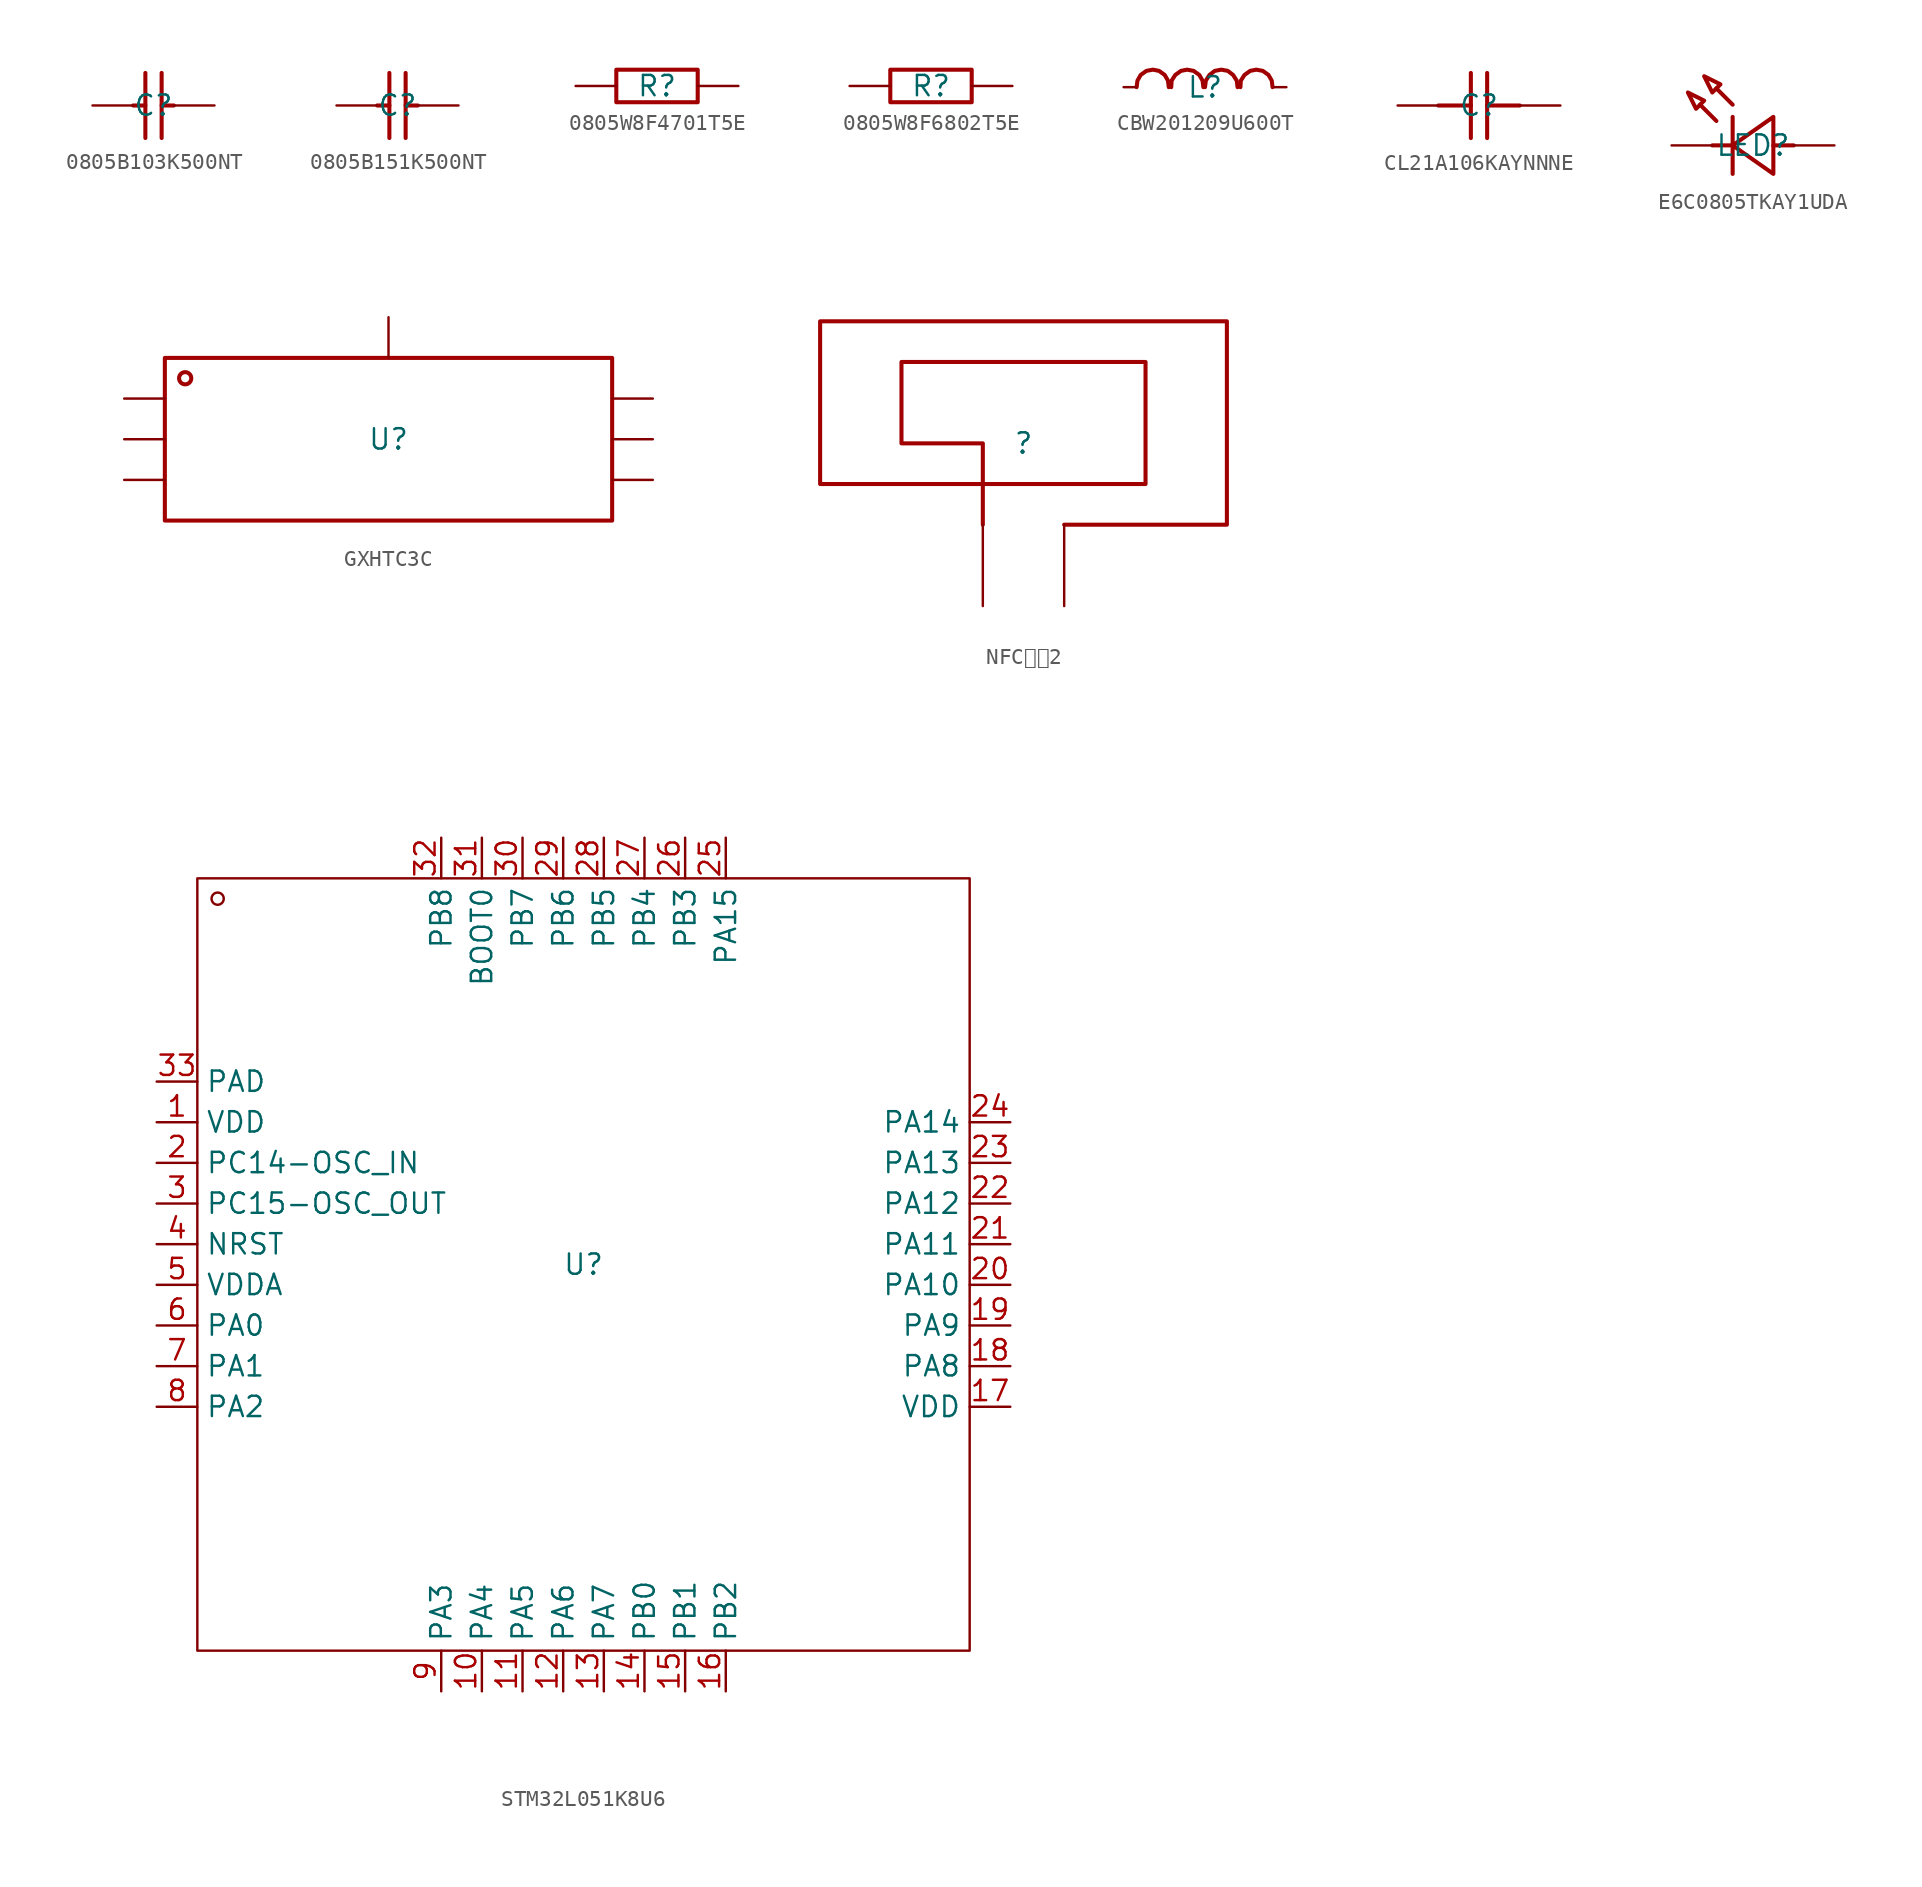
<source format=kicad_sym>
(kicad_symbol_lib
  (version 20241209)
  (generator "kicad_symbol_editor")
  (generator_version "9.0")
  (symbol "0805B103K500NT"
    (property "Reference" "C"
      (at 0 0 0)
      (effects (font (size 1.27 1.27))))
    (symbol "0805B103K500NT_1_0"
      (polyline (pts (xy -1.27 0) (xy -0.508 0)) (stroke (width 0.254) (type solid) (color 160 0 0 1)) (fill (type none)))
      (polyline (pts (xy -0.508 2.032) (xy -0.508 -2.032)) (stroke (width 0.254) (type solid) (color 160 0 0 1)) (fill (type none)))
      (polyline (pts (xy 0.508 2.032) (xy 0.508 -2.032)) (stroke (width 0.254) (type solid) (color 160 0 0 1)) (fill (type none)))
      (polyline (pts (xy 0.508 0) (xy 1.27 0)) (stroke (width 0.254) (type solid) (color 160 0 0 1)) (fill (type none)))
      (pin input line (at -3.81 0 0) (length 2.54) (name "" (effects (font (size 1.27 1.27)))) (number "" (effects (font (size 1.27 1.27)))))
      (pin input line (at 3.81 0 180) (length 2.54) (name "" (effects (font (size 1.27 1.27)))) (number "" (effects (font (size 1.27 1.27)))))))
  (symbol "0805B151K500NT"
    (property "Reference" "C"
      (at 0 0 0)
      (effects (font (size 1.27 1.27))))
    (symbol "0805B151K500NT_1_0"
      (polyline (pts (xy -1.27 0) (xy -0.508 0)) (stroke (width 0.254) (type solid) (color 160 0 0 1)) (fill (type none)))
      (polyline (pts (xy -0.508 2.032) (xy -0.508 -2.032)) (stroke (width 0.254) (type solid) (color 160 0 0 1)) (fill (type none)))
      (polyline (pts (xy 0.508 2.032) (xy 0.508 -2.032)) (stroke (width 0.254) (type solid) (color 160 0 0 1)) (fill (type none)))
      (polyline (pts (xy 0.508 0) (xy 1.27 0)) (stroke (width 0.254) (type solid) (color 160 0 0 1)) (fill (type none)))
      (pin input line (at -3.81 0 0) (length 2.54) (name "" (effects (font (size 1.27 1.27)))) (number "" (effects (font (size 1.27 1.27)))))
      (pin input line (at 3.81 0 180) (length 2.54) (name "" (effects (font (size 1.27 1.27)))) (number "" (effects (font (size 1.27 1.27)))))))
  (symbol "0805W8F4701T5E"
    (property "Reference" "R"
      (at 0 0 0)
      (effects (font (size 1.27 1.27))))
    (symbol "0805W8F4701T5E_1_0"
      (rectangle (start -2.54 1.016) (end 2.54 -1.016) (stroke (width 0.254) (type solid) (color 160 0 0 1)) (fill (type none)))
      (pin input line (at -5.08 0 0) (length 2.54) (name "" (effects (font (size 1.27 1.27)))) (number "" (effects (font (size 1.27 1.27)))))
      (pin input line (at 5.08 0 180) (length 2.54) (name "" (effects (font (size 1.27 1.27)))) (number "" (effects (font (size 1.27 1.27)))))))
  (symbol "0805W8F6802T5E"
    (property "Reference" "R"
      (at 0 0 0)
      (effects (font (size 1.27 1.27))))
    (symbol "0805W8F6802T5E_1_0"
      (rectangle (start -2.54 1.016) (end 2.54 -1.016) (stroke (width 0.254) (type solid) (color 160 0 0 1)) (fill (type none)))
      (pin input line (at -5.08 0 0) (length 2.54) (name "" (effects (font (size 1.27 1.27)))) (number "" (effects (font (size 1.27 1.27)))))
      (pin input line (at 5.08 0 180) (length 2.54) (name "" (effects (font (size 1.27 1.27)))) (number "" (effects (font (size 1.27 1.27)))))))
  (symbol "CBW201209U600T"
    (property "Reference" "L"
      (at 0 0 0)
      (effects (font (size 1.27 1.27))))
    (property "Value" ""
      (at 0 0 0)
      (effects (font (size 1.27 1.27))))
    (symbol "CBW201209U600T_1_0"
      (polyline (pts (xy -4.267 0) (xy -4.216 0.406) (xy -4.216 0.406) (xy -4.216 0.406) (xy -4.216 0.406) (xy -4.013 0.762) (xy -4.013 0.762) (xy -4.013 0.762) (xy -4.013 0.762) (xy -3.658 1.016) (xy -3.658 1.016) (xy -3.658 1.016) (xy -3.658 1.016) (xy -3.251 1.092) (xy -3.251 1.092) (xy -3.251 1.092) (xy -3.251 1.092) (xy -2.87 1.016) (xy -2.87 1.016) (xy -2.87 1.016) (xy -2.87 1.016) (xy -2.515 0.762) (xy -2.515 0.762) (xy -2.515 0.762) (xy -2.515 0.762) (xy -2.311 0.406) (xy -2.311 0.406) (xy -2.311 0.406) (xy -2.311 0.406) (xy -2.261 0)) (stroke (width 0.254) (type solid) (color 160 0 0 1)) (fill (type none)))
      (polyline (pts (xy -2.108 0) (xy -2.083 0.406) (xy -2.083 0.406) (xy -2.083 0.406) (xy -2.083 0.406) (xy -1.854 0.762) (xy -1.854 0.762) (xy -1.854 0.762) (xy -1.854 0.762) (xy -1.499 1.016) (xy -1.499 1.016) (xy -1.499 1.016) (xy -1.499 1.016) (xy -1.118 1.092) (xy -1.118 1.092) (xy -1.118 1.092) (xy -1.118 1.092) (xy -0.711 1.016) (xy -0.711 1.016) (xy -0.711 1.016) (xy -0.711 1.016) (xy -0.356 0.762) (xy -0.356 0.762) (xy -0.356 0.762) (xy -0.356 0.762) (xy -0.152 0.406) (xy -0.152 0.406) (xy -0.152 0.406) (xy -0.152 0.406) (xy -0.102 0)) (stroke (width 0.254) (type solid) (color 160 0 0 1)) (fill (type none)))
      (polyline (pts (xy 0 0) (xy 0.051 0.406) (xy 0.051 0.406) (xy 0.051 0.406) (xy 0.051 0.406) (xy 0.279 0.762) (xy 0.279 0.762) (xy 0.279 0.762) (xy 0.279 0.762) (xy 0.61 1.016) (xy 0.61 1.016) (xy 0.61 1.016) (xy 0.61 1.016) (xy 1.016 1.092) (xy 1.016 1.092) (xy 1.016 1.092) (xy 1.016 1.092) (xy 1.422 1.016) (xy 1.422 1.016) (xy 1.422 1.016) (xy 1.422 1.016) (xy 1.753 0.762) (xy 1.753 0.762) (xy 1.753 0.762) (xy 1.753 0.762) (xy 1.981 0.406) (xy 1.981 0.406) (xy 1.981 0.406) (xy 1.981 0.406) (xy 2.032 0)) (stroke (width 0.254) (type solid) (color 160 0 0 1)) (fill (type none)))
      (polyline (pts (xy 2.21 0) (xy 2.235 0.406) (xy 2.235 0.406) (xy 2.235 0.406) (xy 2.235 0.406) (xy 2.464 0.762) (xy 2.464 0.762) (xy 2.464 0.762) (xy 2.464 0.762) (xy 2.819 1.016) (xy 2.819 1.016) (xy 2.819 1.016) (xy 2.819 1.016) (xy 3.2 1.092) (xy 3.2 1.092) (xy 3.2 1.092) (xy 3.2 1.092) (xy 3.607 1.016) (xy 3.607 1.016) (xy 3.607 1.016) (xy 3.607 1.016) (xy 3.962 0.762) (xy 3.962 0.762) (xy 3.962 0.762) (xy 3.962 0.762) (xy 4.166 0.406) (xy 4.166 0.406) (xy 4.166 0.406) (xy 4.166 0.406) (xy 4.216 0)) (stroke (width 0.254) (type solid) (color 160 0 0 1)) (fill (type none)))
      (pin unspecified line (at -5.08 0 0) (length 0.762) (name "" (effects (font (size 1.27 1.27)))) (number "" (effects (font (size 1.27 1.27)))))
      (pin unspecified line (at 5.08 0 180) (length 0.762) (name "" (effects (font (size 1.27 1.27)))) (number "" (effects (font (size 1.27 1.27)))))))
  (symbol "CL21A106KAYNNNE"
    (property "Reference" "C"
      (at 0 0 0)
      (effects (font (size 1.27 1.27))))
    (symbol "CL21A106KAYNNNE_1_0"
      (polyline (pts (xy -0.508 0) (xy -2.54 0)) (stroke (width 0.254) (type solid) (color 160 0 0 1)) (fill (type none)))
      (polyline (pts (xy -0.508 -2.032) (xy -0.508 2.032)) (stroke (width 0.254) (type solid) (color 160 0 0 1)) (fill (type none)))
      (polyline (pts (xy 0.508 2.032) (xy 0.508 -2.032)) (stroke (width 0.254) (type solid) (color 160 0 0 1)) (fill (type none)))
      (polyline (pts (xy 2.54 0) (xy 0.508 0)) (stroke (width 0.254) (type solid) (color 160 0 0 1)) (fill (type none)))
      (pin unspecified line (at -5.08 0 0) (length 2.54) (name "" (effects (font (size 1.27 1.27)))) (number "" (effects (font (size 1.27 1.27)))))
      (pin unspecified line (at 5.08 0 180) (length 2.54) (name "" (effects (font (size 1.27 1.27)))) (number "" (effects (font (size 1.27 1.27)))))))
  (symbol "E6C0805TKAY1UDA"
    (property "Reference" "LED"
      (at 0 0 0)
      (effects (font (size 1.27 1.27))))
    (property "Value" ""
      (at 0 0 0)
      (effects (font (size 1.27 1.27))))
    (symbol "E6C0805TKAY1UDA_1_0"
      (polyline (pts (xy -4.064 3.302) (xy -3.048 2.794) (xy -3.048 2.794) (xy -3.048 2.794) (xy -3.048 2.794) (xy -3.556 2.286) (xy -3.556 2.286) (xy -3.556 2.286) (xy -3.556 2.286) (xy -4.064 3.302)) (stroke (width 0.254) (type solid) (color 160 0 0 1)) (fill (type none)))
      (polyline (pts (xy -3.048 4.318) (xy -2.032 3.81) (xy -2.032 3.81) (xy -2.032 3.81) (xy -2.032 3.81) (xy -2.54 3.302) (xy -2.54 3.302) (xy -2.54 3.302) (xy -2.54 3.302) (xy -3.048 4.318)) (stroke (width 0.254) (type solid) (color 160 0 0 1)) (fill (type none)))
      (polyline (pts (xy -2.286 1.524) (xy -3.302 2.54)) (stroke (width 0.254) (type solid) (color 160 0 0 1)) (fill (type none)))
      (polyline (pts (xy -1.27 2.54) (xy -2.286 3.556)) (stroke (width 0.254) (type solid) (color 160 0 0 1)) (fill (type none)))
      (polyline (pts (xy -1.27 1.778) (xy -1.27 -1.778)) (stroke (width 0.254) (type solid) (color 160 0 0 1)) (fill (type none)))
      (polyline (pts (xy -1.27 0) (xy -2.54 0)) (stroke (width 0.254) (type solid) (color 160 0 0 1)) (fill (type none)))
      (polyline (pts (xy 1.27 1.778) (xy -1.27 0) (xy -1.27 0) (xy -1.27 0) (xy -1.27 0) (xy 1.27 -1.778) (xy 1.27 -1.778) (xy 1.27 -1.778) (xy 1.27 -1.778) (xy 1.27 1.778)) (stroke (width 0.254) (type solid) (color 160 0 0 1)) (fill (type none)))
      (polyline (pts (xy 2.54 0) (xy 1.27 0)) (stroke (width 0.254) (type solid) (color 160 0 0 1)) (fill (type none)))
      (pin unspecified line (at -5.08 0 0) (length 2.54) (name "" (effects (font (size 1.27 1.27)))) (number "" (effects (font (size 1.27 1.27)))))
      (pin unspecified line (at 5.08 0 180) (length 2.54) (name "" (effects (font (size 1.27 1.27)))) (number "" (effects (font (size 1.27 1.27)))))))
  (symbol "GXHTC3C"
    (property "Reference" "U"
      (at 0 0 0)
      (effects (font (size 1.27 1.27))))
    (property "Value" ""
      (at 0 0 0)
      (effects (font (size 1.27 1.27))))
    (symbol "GXHTC3C_1_0"
      (rectangle (start -13.97 5.08) (end 13.97 -5.08) (stroke (width 0.254) (type solid) (color 160 0 0 1)) (fill (type none)))
      (circle (center -12.7 3.81) (radius 0.381) (stroke (width 0.254) (type solid) (color 160 0 0 1)) (fill (type none)))
      (pin unspecified line (at -16.51 2.54 0) (length 2.54) (name "" (effects (font (size 1.27 1.27)))) (number "" (effects (font (size 1.27 1.27)))))
      (pin unspecified line (at -16.51 0 0) (length 2.54) (name "" (effects (font (size 1.27 1.27)))) (number "" (effects (font (size 1.27 1.27)))))
      (pin unspecified line (at -16.51 -2.54 0) (length 2.54) (name "" (effects (font (size 1.27 1.27)))) (number "" (effects (font (size 1.27 1.27)))))
      (pin unspecified line (at 0 7.62 270) (length 2.54) (name "" (effects (font (size 1.27 1.27)))) (number "" (effects (font (size 1.27 1.27)))))
      (pin unspecified line (at 16.51 2.54 180) (length 2.54) (name "" (effects (font (size 1.27 1.27)))) (number "" (effects (font (size 1.27 1.27)))))
      (pin unspecified line (at 16.51 0 180) (length 2.54) (name "" (effects (font (size 1.27 1.27)))) (number "" (effects (font (size 1.27 1.27)))))
      (pin unspecified line (at 16.51 -2.54 180) (length 2.54) (name "" (effects (font (size 1.27 1.27)))) (number "" (effects (font (size 1.27 1.27)))))))
  (symbol "NFC天线2"
    (property "Reference" ""
      (at 0 0 0)
      (effects (font (size 1.27 1.27))))
    (property "Value" ""
      (at 0 0 0)
      (effects (font (size 1.27 1.27))))
    (symbol "NFC天线2_1_0"
      (polyline (pts (xy -2.54 -2.54) (xy 7.62 -2.54) (xy 7.62 -2.54) (xy 7.62 5.08) (xy 7.62 5.08) (xy -7.62 5.08) (xy -7.62 5.08) (xy -7.62 0) (xy -7.62 0) (xy -2.54 0) (xy -2.54 0) (xy -2.54 -2.54)) (stroke (width 0.254) (type solid) (color 160 0 0 1)) (fill (type none)))
      (polyline (pts (xy 2.54 -5.08) (xy 12.7 -5.08) (xy 12.7 -5.08) (xy 12.7 7.62) (xy 12.7 7.62) (xy -12.7 7.62) (xy -12.7 7.62) (xy -12.7 -2.54) (xy -12.7 -2.54) (xy -2.54 -2.54) (xy -2.54 -2.54) (xy -2.54 -5.08)) (stroke (width 0.254) (type solid) (color 160 0 0 1)) (fill (type none)))
      (pin input line (at -2.54 -10.16 90) (length 5.08) (name "" (effects (font (size 1.27 1.27)))) (number "" (effects (font (size 1.27 1.27)))))
      (pin input line (at 2.54 -10.16 90) (length 5.08) (name "" (effects (font (size 1.27 1.27)))) (number "" (effects (font (size 1.27 1.27)))))))
  (symbol "STM32L051K8U6"
    (property "Reference" "U"
      (at 0 0 0)
      (effects (font (size 1.27 1.27))))
    (property "Value" ""
      (at 0 0 0)
      (effects (font (size 1.27 1.27))))
    (symbol "STM32L051K8U6_1_0"
      (rectangle (start -24.13 -24.13) (end 24.13 24.13) (stroke (width 0) (type default)) (fill (type none)))
      (circle (center -22.86 22.86) (radius 0.381) (stroke (width 0) (type default)) (fill (type none)))
      (pin unspecified line (at -26.67 11.43 0) (length 2.54) (name "PAD" (effects (font (size 1.27 1.27)))) (number "33" (effects (font (size 1.27 1.27)))))
      (pin unspecified line (at -26.67 8.89 0) (length 2.54) (name "VDD" (effects (font (size 1.27 1.27)))) (number "1" (effects (font (size 1.27 1.27)))))
      (pin unspecified line (at -26.67 6.35 0) (length 2.54) (name "PC14-OSC_IN" (effects (font (size 1.27 1.27)))) (number "2" (effects (font (size 1.27 1.27)))))
      (pin unspecified line (at -26.67 3.81 0) (length 2.54) (name "PC15-OSC_OUT" (effects (font (size 1.27 1.27)))) (number "3" (effects (font (size 1.27 1.27)))))
      (pin unspecified line (at -26.67 1.27 0) (length 2.54) (name "NRST" (effects (font (size 1.27 1.27)))) (number "4" (effects (font (size 1.27 1.27)))))
      (pin unspecified line (at -26.67 -1.27 0) (length 2.54) (name "VDDA" (effects (font (size 1.27 1.27)))) (number "5" (effects (font (size 1.27 1.27)))))
      (pin unspecified line (at -26.67 -3.81 0) (length 2.54) (name "PA0" (effects (font (size 1.27 1.27)))) (number "6" (effects (font (size 1.27 1.27)))))
      (pin unspecified line (at -26.67 -6.35 0) (length 2.54) (name "PA1" (effects (font (size 1.27 1.27)))) (number "7" (effects (font (size 1.27 1.27)))))
      (pin unspecified line (at -26.67 -8.89 0) (length 2.54) (name "PA2" (effects (font (size 1.27 1.27)))) (number "8" (effects (font (size 1.27 1.27)))))
      (pin unspecified line (at -8.89 26.67 270) (length 2.54) (name "PB8" (effects (font (size 1.27 1.27)))) (number "32" (effects (font (size 1.27 1.27)))))
      (pin unspecified line (at -8.89 -26.67 90) (length 2.54) (name "PA3" (effects (font (size 1.27 1.27)))) (number "9" (effects (font (size 1.27 1.27)))))
      (pin unspecified line (at -6.35 26.67 270) (length 2.54) (name "BOOT0" (effects (font (size 1.27 1.27)))) (number "31" (effects (font (size 1.27 1.27)))))
      (pin unspecified line (at -6.35 -26.67 90) (length 2.54) (name "PA4" (effects (font (size 1.27 1.27)))) (number "10" (effects (font (size 1.27 1.27)))))
      (pin unspecified line (at -3.81 26.67 270) (length 2.54) (name "PB7" (effects (font (size 1.27 1.27)))) (number "30" (effects (font (size 1.27 1.27)))))
      (pin unspecified line (at -3.81 -26.67 90) (length 2.54) (name "PA5" (effects (font (size 1.27 1.27)))) (number "11" (effects (font (size 1.27 1.27)))))
      (pin unspecified line (at -1.27 26.67 270) (length 2.54) (name "PB6" (effects (font (size 1.27 1.27)))) (number "29" (effects (font (size 1.27 1.27)))))
      (pin unspecified line (at -1.27 -26.67 90) (length 2.54) (name "PA6" (effects (font (size 1.27 1.27)))) (number "12" (effects (font (size 1.27 1.27)))))
      (pin unspecified line (at 1.27 26.67 270) (length 2.54) (name "PB5" (effects (font (size 1.27 1.27)))) (number "28" (effects (font (size 1.27 1.27)))))
      (pin unspecified line (at 1.27 -26.67 90) (length 2.54) (name "PA7" (effects (font (size 1.27 1.27)))) (number "13" (effects (font (size 1.27 1.27)))))
      (pin unspecified line (at 3.81 26.67 270) (length 2.54) (name "PB4" (effects (font (size 1.27 1.27)))) (number "27" (effects (font (size 1.27 1.27)))))
      (pin unspecified line (at 3.81 -26.67 90) (length 2.54) (name "PB0" (effects (font (size 1.27 1.27)))) (number "14" (effects (font (size 1.27 1.27)))))
      (pin unspecified line (at 6.35 26.67 270) (length 2.54) (name "PB3" (effects (font (size 1.27 1.27)))) (number "26" (effects (font (size 1.27 1.27)))))
      (pin unspecified line (at 6.35 -26.67 90) (length 2.54) (name "PB1" (effects (font (size 1.27 1.27)))) (number "15" (effects (font (size 1.27 1.27)))))
      (pin unspecified line (at 8.89 26.67 270) (length 2.54) (name "PA15" (effects (font (size 1.27 1.27)))) (number "25" (effects (font (size 1.27 1.27)))))
      (pin unspecified line (at 8.89 -26.67 90) (length 2.54) (name "PB2" (effects (font (size 1.27 1.27)))) (number "16" (effects (font (size 1.27 1.27)))))
      (pin unspecified line (at 26.67 8.89 180) (length 2.54) (name "PA14" (effects (font (size 1.27 1.27)))) (number "24" (effects (font (size 1.27 1.27)))))
      (pin unspecified line (at 26.67 6.35 180) (length 2.54) (name "PA13" (effects (font (size 1.27 1.27)))) (number "23" (effects (font (size 1.27 1.27)))))
      (pin unspecified line (at 26.67 3.81 180) (length 2.54) (name "PA12" (effects (font (size 1.27 1.27)))) (number "22" (effects (font (size 1.27 1.27)))))
      (pin unspecified line (at 26.67 1.27 180) (length 2.54) (name "PA11" (effects (font (size 1.27 1.27)))) (number "21" (effects (font (size 1.27 1.27)))))
      (pin unspecified line (at 26.67 -1.27 180) (length 2.54) (name "PA10" (effects (font (size 1.27 1.27)))) (number "20" (effects (font (size 1.27 1.27)))))
      (pin unspecified line (at 26.67 -3.81 180) (length 2.54) (name "PA9" (effects (font (size 1.27 1.27)))) (number "19" (effects (font (size 1.27 1.27)))))
      (pin unspecified line (at 26.67 -6.35 180) (length 2.54) (name "PA8" (effects (font (size 1.27 1.27)))) (number "18" (effects (font (size 1.27 1.27)))))
      (pin unspecified line (at 26.67 -8.89 180) (length 2.54) (name "VDD" (effects (font (size 1.27 1.27)))) (number "17" (effects (font (size 1.27 1.27))))))))
</source>
